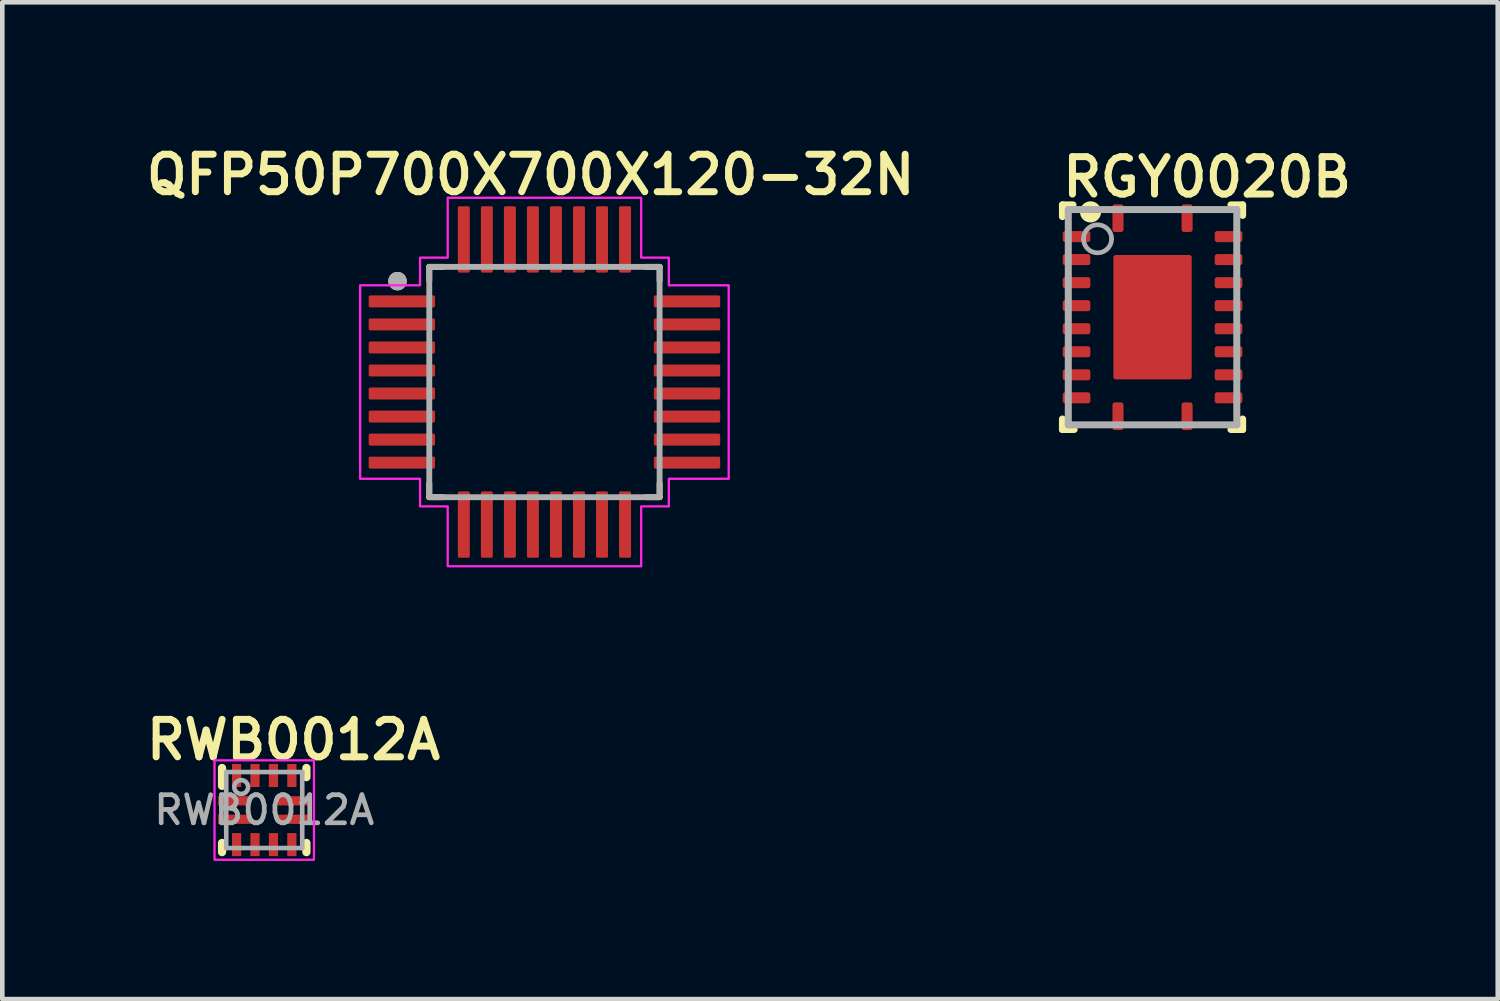
<source format=kicad_pcb>
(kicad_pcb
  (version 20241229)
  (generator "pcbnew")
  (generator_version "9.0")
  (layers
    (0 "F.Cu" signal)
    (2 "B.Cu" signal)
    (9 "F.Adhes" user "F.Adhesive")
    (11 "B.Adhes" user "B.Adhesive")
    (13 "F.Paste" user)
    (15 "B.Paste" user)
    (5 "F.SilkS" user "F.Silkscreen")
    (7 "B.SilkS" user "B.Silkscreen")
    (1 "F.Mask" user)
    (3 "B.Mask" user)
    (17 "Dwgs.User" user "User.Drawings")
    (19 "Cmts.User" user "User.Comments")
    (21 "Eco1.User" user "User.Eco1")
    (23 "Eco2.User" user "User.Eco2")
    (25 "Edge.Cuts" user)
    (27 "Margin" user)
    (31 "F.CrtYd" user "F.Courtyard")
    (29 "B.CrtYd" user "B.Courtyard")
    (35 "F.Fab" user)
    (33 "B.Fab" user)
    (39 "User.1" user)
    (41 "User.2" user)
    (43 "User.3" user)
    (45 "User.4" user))
  (footprint "QFP50P700X700X120-32N"
    (layer "F.Cu")
    (at 8.769 5.243)
    (property "Reference" "QFP50P700X700X120-32N" (at -0.3 -4.5 0) (layer "F.SilkS") (effects (font (size 0.813 0.813) (thickness 0.152) (bold yes))))
    (attr smd)
    (fp_line (start -2.5 -2.5) (end -2.5 -2.2) (stroke (width 0.127) (type solid)) (layer "F.SilkS"))
    (fp_line (start -2.5 -2.5) (end -2.2 -2.5) (stroke (width 0.127) (type solid)) (layer "F.SilkS"))
    (fp_line (start -2.5 2.5) (end -2.5 2.2) (stroke (width 0.127) (type solid)) (layer "F.SilkS"))
    (fp_line (start -2.5 2.5) (end -2.2 2.5) (stroke (width 0.127) (type solid)) (layer "F.SilkS"))
    (fp_line (start 2.5 -2.5) (end 2.2 -2.5) (stroke (width 0.127) (type solid)) (layer "F.SilkS"))
    (fp_line (start 2.5 -2.5) (end 2.5 -2.2) (stroke (width 0.127) (type solid)) (layer "F.SilkS"))
    (fp_line (start 2.5 2.5) (end 2.2 2.5) (stroke (width 0.127) (type solid)) (layer "F.SilkS"))
    (fp_line (start 2.5 2.5) (end 2.5 2.2) (stroke (width 0.127) (type solid)) (layer "F.SilkS"))
    (fp_circle (center -3.19 -2.19) (end -3.09 -2.19) (stroke (width 0.2) (type solid)) (fill no) (layer "F.SilkS"))
    (fp_poly (pts (xy -2.1 -2.7) (xy -2.1 -4) (xy 2.1 -4) (xy 2.1 -2.7) (xy 2.7 -2.7) (xy 2.7 -2.1) (xy 4 -2.1) (xy 4 2.1) (xy 2.7 2.1) (xy 2.7 2.7) (xy 2.1 2.7) (xy 2.1 4) (xy -2.1 4) (xy -2.1 2.7) (xy -2.7 2.7) (xy -2.7 2.1) (xy -4 2.1) (xy -4 -2.1) (xy -2.7 -2.1) (xy -2.7 -2.7)) (stroke (width 0.05) (type solid)) (fill no) (layer "F.CrtYd"))
    (fp_line (start -2.5 2.5) (end -2.5 -2.5) (stroke (width 0.127) (type solid)) (layer "F.Fab"))
    (fp_line (start 2.5 -2.5) (end -2.5 -2.5) (stroke (width 0.127) (type solid)) (layer "F.Fab"))
    (fp_line (start 2.5 2.5) (end -2.5 2.5) (stroke (width 0.127) (type solid)) (layer "F.Fab"))
    (fp_line (start 2.5 2.5) (end 2.5 -2.5) (stroke (width 0.127) (type solid)) (layer "F.Fab"))
    (fp_circle (center -3.19 -2.19) (end -3.09 -2.19) (stroke (width 0.2) (type solid)) (fill no) (layer "F.Fab"))
    (pad "1" smd roundrect (at -3.095 -1.75) (size 1.44 0.26) (layers "F.Cu" "F.Mask" "F.Paste") (roundrect_rratio 0.125))
    (pad "2" smd roundrect (at -3.095 -1.25) (size 1.44 0.26) (layers "F.Cu" "F.Mask" "F.Paste") (roundrect_rratio 0.125))
    (pad "3" smd roundrect (at -3.095 -0.75) (size 1.44 0.26) (layers "F.Cu" "F.Mask" "F.Paste") (roundrect_rratio 0.125))
    (pad "4" smd roundrect (at -3.095 -0.25) (size 1.44 0.26) (layers "F.Cu" "F.Mask" "F.Paste") (roundrect_rratio 0.125))
    (pad "5" smd roundrect (at -3.095 0.25) (size 1.44 0.26) (layers "F.Cu" "F.Mask" "F.Paste") (roundrect_rratio 0.125))
    (pad "6" smd roundrect (at -3.095 0.75) (size 1.44 0.26) (layers "F.Cu" "F.Mask" "F.Paste") (roundrect_rratio 0.125))
    (pad "7" smd roundrect (at -3.095 1.25) (size 1.44 0.26) (layers "F.Cu" "F.Mask" "F.Paste") (roundrect_rratio 0.125))
    (pad "8" smd roundrect (at -3.095 1.75) (size 1.44 0.26) (layers "F.Cu" "F.Mask" "F.Paste") (roundrect_rratio 0.125))
    (pad "9" smd roundrect (at -1.75 3.095) (size 0.26 1.44) (layers "F.Cu" "F.Mask" "F.Paste") (roundrect_rratio 0.125))
    (pad "10" smd roundrect (at -1.25 3.095) (size 0.26 1.44) (layers "F.Cu" "F.Mask" "F.Paste") (roundrect_rratio 0.125))
    (pad "11" smd roundrect (at -0.75 3.095) (size 0.26 1.44) (layers "F.Cu" "F.Mask" "F.Paste") (roundrect_rratio 0.125))
    (pad "12" smd roundrect (at -0.25 3.095) (size 0.26 1.44) (layers "F.Cu" "F.Mask" "F.Paste") (roundrect_rratio 0.125))
    (pad "13" smd roundrect (at 0.25 3.095) (size 0.26 1.44) (layers "F.Cu" "F.Mask" "F.Paste") (roundrect_rratio 0.125))
    (pad "14" smd roundrect (at 0.75 3.095) (size 0.26 1.44) (layers "F.Cu" "F.Mask" "F.Paste") (roundrect_rratio 0.125))
    (pad "15" smd roundrect (at 1.25 3.095) (size 0.26 1.44) (layers "F.Cu" "F.Mask" "F.Paste") (roundrect_rratio 0.125))
    (pad "16" smd roundrect (at 1.75 3.095) (size 0.26 1.44) (layers "F.Cu" "F.Mask" "F.Paste") (roundrect_rratio 0.125))
    (pad "17" smd roundrect (at 3.095 1.75) (size 1.44 0.26) (layers "F.Cu" "F.Mask" "F.Paste") (roundrect_rratio 0.125))
    (pad "18" smd roundrect (at 3.095 1.25) (size 1.44 0.26) (layers "F.Cu" "F.Mask" "F.Paste") (roundrect_rratio 0.125))
    (pad "19" smd roundrect (at 3.095 0.75) (size 1.44 0.26) (layers "F.Cu" "F.Mask" "F.Paste") (roundrect_rratio 0.125))
    (pad "20" smd roundrect (at 3.095 0.25) (size 1.44 0.26) (layers "F.Cu" "F.Mask" "F.Paste") (roundrect_rratio 0.125))
    (pad "21" smd roundrect (at 3.095 -0.25) (size 1.44 0.26) (layers "F.Cu" "F.Mask" "F.Paste") (roundrect_rratio 0.125))
    (pad "22" smd roundrect (at 3.095 -0.75) (size 1.44 0.26) (layers "F.Cu" "F.Mask" "F.Paste") (roundrect_rratio 0.125))
    (pad "23" smd roundrect (at 3.095 -1.25) (size 1.44 0.26) (layers "F.Cu" "F.Mask" "F.Paste") (roundrect_rratio 0.125))
    (pad "24" smd roundrect (at 3.095 -1.75) (size 1.44 0.26) (layers "F.Cu" "F.Mask" "F.Paste") (roundrect_rratio 0.125))
    (pad "25" smd roundrect (at 1.75 -3.095) (size 0.26 1.44) (layers "F.Cu" "F.Mask" "F.Paste") (roundrect_rratio 0.125))
    (pad "26" smd roundrect (at 1.25 -3.095) (size 0.26 1.44) (layers "F.Cu" "F.Mask" "F.Paste") (roundrect_rratio 0.125))
    (pad "27" smd roundrect (at 0.75 -3.095) (size 0.26 1.44) (layers "F.Cu" "F.Mask" "F.Paste") (roundrect_rratio 0.125))
    (pad "28" smd roundrect (at 0.25 -3.095) (size 0.26 1.44) (layers "F.Cu" "F.Mask" "F.Paste") (roundrect_rratio 0.125))
    (pad "29" smd roundrect (at -0.25 -3.095) (size 0.26 1.44) (layers "F.Cu" "F.Mask" "F.Paste") (roundrect_rratio 0.125))
    (pad "30" smd roundrect (at -0.75 -3.095) (size 0.26 1.44) (layers "F.Cu" "F.Mask" "F.Paste") (roundrect_rratio 0.125))
    (pad "31" smd roundrect (at -1.25 -3.095) (size 0.26 1.44) (layers "F.Cu" "F.Mask" "F.Paste") (roundrect_rratio 0.125))
    (pad "32" smd roundrect (at -1.75 -3.095) (size 0.26 1.44) (layers "F.Cu" "F.Mask" "F.Paste") (roundrect_rratio 0.125)))
  (footprint "RGY0020B"
    (layer "F.Cu")
    (at 21.97 3.836)
    (property "Reference" "RGY0020B" (at -2.032 -2.566 0) (layer "F.SilkS") (effects (font (size 0.813 0.813) (thickness 0.152) (bold yes)) (justify left bottom)))
    (attr smd)
    (fp_line (start -1.956 -2.184) (end -1.956 -2.438) (stroke (width 0.152) (type solid)) (layer "F.SilkS"))
    (fp_line (start -1.956 2.438) (end -1.956 2.21) (stroke (width 0.152) (type solid)) (layer "F.SilkS"))
    (fp_line (start -1.956 2.438) (end -1.702 2.438) (stroke (width 0.152) (type solid)) (layer "F.SilkS"))
    (fp_line (start -1.727 -2.438) (end -1.956 -2.438) (stroke (width 0.152) (type solid)) (layer "F.SilkS"))
    (fp_line (start 1.702 -2.438) (end 1.956 -2.438) (stroke (width 0.152) (type solid)) (layer "F.SilkS"))
    (fp_line (start 1.702 2.438) (end 1.956 2.438) (stroke (width 0.152) (type solid)) (layer "F.SilkS"))
    (fp_line (start 1.956 -2.21) (end 1.956 -2.438) (stroke (width 0.152) (type solid)) (layer "F.SilkS"))
    (fp_line (start 1.956 2.438) (end 1.956 2.21) (stroke (width 0.152) (type solid)) (layer "F.SilkS"))
    (fp_circle (center -1.346 -2.286) (end -1.168 -2.261) (stroke (width 0.1) (type solid)) (fill yes) (layer "F.SilkS"))
    (fp_poly (pts (xy 0.787 -0.087) (xy -0.787 -0.087) (xy -0.787 -1.301) (xy 0.787 -1.301)) (stroke (width 0) (type default)) (fill yes) (layer "F.Paste"))
    (fp_poly (pts (xy 0.787 1.301) (xy -0.787 1.301) (xy -0.787 0.087) (xy 0.787 0.087)) (stroke (width 0) (type default)) (fill yes) (layer "F.Paste"))
    (fp_line (start -1.829 -2.337) (end 1.829 -2.337) (stroke (width 0.152) (type solid)) (layer "F.Fab"))
    (fp_line (start -1.829 2.337) (end -1.829 -2.337) (stroke (width 0.152) (type solid)) (layer "F.Fab"))
    (fp_line (start -1.829 2.337) (end 1.829 2.337) (stroke (width 0.152) (type solid)) (layer "F.Fab"))
    (fp_line (start 1.829 2.337) (end 1.829 -2.337) (stroke (width 0.152) (type solid)) (layer "F.Fab"))
    (fp_arc (start -1.4986 -1.7018) (mid -1.1938 -2.0066) (end -0.889 -1.7018) (stroke (width 0.1016) (type solid)) (layer "F.Fab"))
    (fp_arc (start -0.889 -1.7018) (mid -1.1938 -1.397) (end -1.4986 -1.7018) (stroke (width 0.1016) (type solid)) (layer "F.Fab"))
    (pad "1" smd roundrect (at -0.75 -2.15) (size 0.24 0.6) (layers "F.Cu" "F.Mask" "F.Paste") (roundrect_rratio 0.212))
    (pad "2" smd roundrect (at -1.65 -1.75 90) (size 0.24 0.6) (layers "F.Cu" "F.Mask" "F.Paste") (roundrect_rratio 0.212))
    (pad "3" smd roundrect (at -1.65 -1.25 90) (size 0.24 0.6) (layers "F.Cu" "F.Mask" "F.Paste") (roundrect_rratio 0.212))
    (pad "4" smd roundrect (at -1.65 -0.75 90) (size 0.24 0.6) (layers "F.Cu" "F.Mask" "F.Paste") (roundrect_rratio 0.212))
    (pad "5" smd roundrect (at -1.65 -0.25 90) (size 0.24 0.6) (layers "F.Cu" "F.Mask" "F.Paste") (roundrect_rratio 0.212))
    (pad "6" smd roundrect (at -1.65 0.25 90) (size 0.24 0.6) (layers "F.Cu" "F.Mask" "F.Paste") (roundrect_rratio 0.212))
    (pad "7" smd roundrect (at -1.65 0.75 90) (size 0.24 0.6) (layers "F.Cu" "F.Mask" "F.Paste") (roundrect_rratio 0.212))
    (pad "8" smd roundrect (at -1.65 1.25 90) (size 0.24 0.6) (layers "F.Cu" "F.Mask" "F.Paste") (roundrect_rratio 0.212))
    (pad "9" smd roundrect (at -1.65 1.75 270) (size 0.24 0.6) (layers "F.Cu" "F.Mask" "F.Paste") (roundrect_rratio 0.212))
    (pad "10" smd roundrect (at -0.75 2.15) (size 0.24 0.6) (layers "F.Cu" "F.Mask" "F.Paste") (roundrect_rratio 0.212))
    (pad "11" smd roundrect (at 0.75 2.15 180) (size 0.24 0.6) (layers "F.Cu" "F.Mask" "F.Paste") (roundrect_rratio 0.212))
    (pad "12" smd roundrect (at 1.65 1.75 270) (size 0.24 0.6) (layers "F.Cu" "F.Mask" "F.Paste") (roundrect_rratio 0.212))
    (pad "13" smd roundrect (at 1.65 1.25 270) (size 0.24 0.6) (layers "F.Cu" "F.Mask" "F.Paste") (roundrect_rratio 0.212))
    (pad "14" smd roundrect (at 1.65 0.75 270) (size 0.24 0.6) (layers "F.Cu" "F.Mask" "F.Paste") (roundrect_rratio 0.212))
    (pad "15" smd roundrect (at 1.65 0.25 270) (size 0.24 0.6) (layers "F.Cu" "F.Mask" "F.Paste") (roundrect_rratio 0.212))
    (pad "16" smd roundrect (at 1.65 -0.25 270) (size 0.24 0.6) (layers "F.Cu" "F.Mask" "F.Paste") (roundrect_rratio 0.212))
    (pad "17" smd roundrect (at 1.65 -0.75 270) (size 0.24 0.6) (layers "F.Cu" "F.Mask" "F.Paste") (roundrect_rratio 0.212))
    (pad "18" smd roundrect (at 1.65 -1.25 270) (size 0.24 0.6) (layers "F.Cu" "F.Mask" "F.Paste") (roundrect_rratio 0.212))
    (pad "19" smd roundrect (at 1.65 -1.75 270) (size 0.24 0.6) (layers "F.Cu" "F.Mask" "F.Paste") (roundrect_rratio 0.212))
    (pad "20" smd roundrect (at 0.75 -2.15 180) (size 0.24 0.6) (layers "F.Cu" "F.Mask" "F.Paste") (roundrect_rratio 0.212))
    (pad "21" smd roundrect (at 0 0) (size 1.7 2.7) (layers "F.Cu" "F.Mask") (roundrect_rratio 0.03)))
  (footprint "RWB0012A"
    (layer "F.Cu")
    (at 2.686 14.535)
    (property "Reference" "RWB0012A" (at 0.635 -1.524 0) (unlocked yes) (layer "F.SilkS") (effects (font (size 0.813 0.813) (thickness 0.152) (bold yes))))
    (attr smd)
    (fp_line (start -0.916 -0.525) (end -0.916 -0.914) (stroke (width 0.178) (type solid)) (layer "F.SilkS"))
    (fp_line (start -0.916 0.914) (end -0.916 0.714) (stroke (width 0.178) (type solid)) (layer "F.SilkS"))
    (fp_line (start 0.916 -0.714) (end 0.916 -0.914) (stroke (width 0.178) (type solid)) (layer "F.SilkS"))
    (fp_line (start 0.916 0.914) (end 0.916 0.714) (stroke (width 0.178) (type solid)) (layer "F.SilkS"))
    (fp_rect (start -1.079 -1.079) (end 1.079 1.079) (stroke (width 0.05) (type default)) (fill no) (layer "F.CrtYd"))
    (fp_line (start -0.825 -0.825) (end 0.825 -0.825) (stroke (width 0.1) (type solid)) (layer "F.Fab"))
    (fp_line (start -0.825 0.825) (end -0.825 -0.825) (stroke (width 0.1) (type solid)) (layer "F.Fab"))
    (fp_line (start -0.825 0.825) (end 0.825 0.825) (stroke (width 0.1) (type solid)) (layer "F.Fab"))
    (fp_line (start 0.825 0.825) (end 0.825 -0.825) (stroke (width 0.1) (type solid)) (layer "F.Fab"))
    (fp_circle (center -0.5 -0.5) (end -0.35 -0.5) (stroke (width 0.1) (type solid)) (fill no) (layer "F.Fab"))
    (fp_text user "${REFERENCE}" (at 0 0 0) (unlocked yes) (layer "F.Fab") (effects (font (size 0.61 0.61) (thickness 0.102) (bold yes))))
    (pad "1" smd rect (at -0.65 -0.2) (size 0.7 0.2) (layers "F.Cu" "F.Mask" "F.Paste"))
    (pad "2" smd rect (at -0.65 0.2) (size 0.7 0.2) (layers "F.Cu" "F.Mask" "F.Paste"))
    (pad "3" smd rect (at -0.6 0.75 90) (size 0.5 0.2) (layers "F.Cu" "F.Mask" "F.Paste"))
    (pad "4" smd rect (at -0.2 0.75 90) (size 0.5 0.2) (layers "F.Cu" "F.Mask" "F.Paste"))
    (pad "5" smd rect (at 0.2 0.75 90) (size 0.5 0.2) (layers "F.Cu" "F.Mask" "F.Paste"))
    (pad "6" smd rect (at 0.6 0.75 90) (size 0.5 0.2) (layers "F.Cu" "F.Mask" "F.Paste"))
    (pad "7" smd rect (at 0.65 0.2) (size 0.7 0.2) (layers "F.Cu" "F.Mask" "F.Paste"))
    (pad "8" smd rect (at 0.65 -0.2) (size 0.7 0.2) (layers "F.Cu" "F.Mask" "F.Paste"))
    (pad "9" smd rect (at 0.6 -0.75 90) (size 0.5 0.2) (layers "F.Cu" "F.Mask" "F.Paste"))
    (pad "10" smd rect (at 0.2 -0.75 90) (size 0.5 0.2) (layers "F.Cu" "F.Mask" "F.Paste"))
    (pad "11" smd rect (at -0.2 -0.75 90) (size 0.5 0.2) (layers "F.Cu" "F.Mask" "F.Paste"))
    (pad "12" smd rect (at -0.6 -0.75 90) (size 0.5 0.2) (layers "F.Cu" "F.Mask" "F.Paste")))
  (gr_rect
    (start -3 -3)
    (end 29.464 18.639)
    (stroke (width 0.1) (type default))
    (fill no)
    (layer "Edge.Cuts")))
</source>
